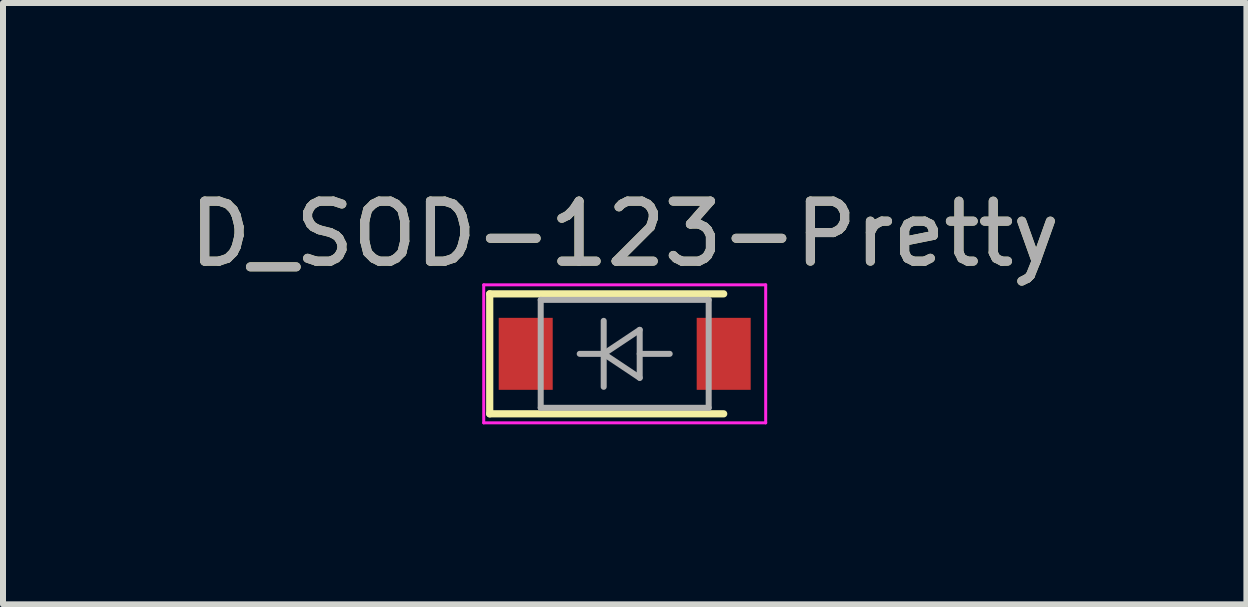
<source format=kicad_pcb>
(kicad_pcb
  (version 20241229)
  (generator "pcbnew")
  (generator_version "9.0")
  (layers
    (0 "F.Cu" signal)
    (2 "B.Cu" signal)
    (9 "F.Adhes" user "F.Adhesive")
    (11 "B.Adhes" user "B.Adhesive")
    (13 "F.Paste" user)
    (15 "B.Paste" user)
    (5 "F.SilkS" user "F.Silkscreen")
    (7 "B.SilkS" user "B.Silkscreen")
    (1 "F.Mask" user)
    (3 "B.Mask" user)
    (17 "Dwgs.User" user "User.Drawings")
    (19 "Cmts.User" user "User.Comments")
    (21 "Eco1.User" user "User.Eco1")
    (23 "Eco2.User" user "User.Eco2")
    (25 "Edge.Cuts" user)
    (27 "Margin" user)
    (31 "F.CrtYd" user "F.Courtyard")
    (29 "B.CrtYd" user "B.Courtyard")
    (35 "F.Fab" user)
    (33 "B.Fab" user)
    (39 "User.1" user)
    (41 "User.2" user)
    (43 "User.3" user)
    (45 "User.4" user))
  (footprint "D_SOD-123-Pretty"
    (layer "F.Cu")
    (at 7.363 2.848)
    (property "Reference" "D_SOD-123-Pretty" (at 0 -2 0) (layer "F.SilkS") (effects (font (size 1 1) (thickness 0.15))))
    (attr smd)
    (fp_line (start -2.25 -1) (end -2.25 1) (stroke (width 0.12) (type solid)) (layer "F.SilkS"))
    (fp_line (start -2.25 -1) (end 1.65 -1) (stroke (width 0.12) (type solid)) (layer "F.SilkS"))
    (fp_line (start -2.25 1) (end 1.65 1) (stroke (width 0.12) (type solid)) (layer "F.SilkS"))
    (fp_line (start -2.35 -1.15) (end -2.35 1.15) (stroke (width 0.05) (type solid)) (layer "F.CrtYd"))
    (fp_line (start -2.35 -1.15) (end 2.35 -1.15) (stroke (width 0.05) (type solid)) (layer "F.CrtYd"))
    (fp_line (start 2.35 -1.15) (end 2.35 1.15) (stroke (width 0.05) (type solid)) (layer "F.CrtYd"))
    (fp_line (start 2.35 1.15) (end -2.35 1.15) (stroke (width 0.05) (type solid)) (layer "F.CrtYd"))
    (fp_line (start -1.4 -0.9) (end 1.4 -0.9) (stroke (width 0.1) (type solid)) (layer "F.Fab"))
    (fp_line (start -1.4 0.9) (end -1.4 -0.9) (stroke (width 0.1) (type solid)) (layer "F.Fab"))
    (fp_line (start -0.75 0) (end -0.35 0) (stroke (width 0.1) (type solid)) (layer "F.Fab"))
    (fp_line (start -0.35 0) (end -0.35 -0.55) (stroke (width 0.1) (type solid)) (layer "F.Fab"))
    (fp_line (start -0.35 0) (end -0.35 0.55) (stroke (width 0.1) (type solid)) (layer "F.Fab"))
    (fp_line (start -0.35 0) (end 0.25 -0.4) (stroke (width 0.1) (type solid)) (layer "F.Fab"))
    (fp_line (start 0.25 -0.4) (end 0.25 0.4) (stroke (width 0.1) (type solid)) (layer "F.Fab"))
    (fp_line (start 0.25 0) (end 0.75 0) (stroke (width 0.1) (type solid)) (layer "F.Fab"))
    (fp_line (start 0.25 0.4) (end -0.35 0) (stroke (width 0.1) (type solid)) (layer "F.Fab"))
    (fp_line (start 1.4 -0.9) (end 1.4 0.9) (stroke (width 0.1) (type solid)) (layer "F.Fab"))
    (fp_line (start 1.4 0.9) (end -1.4 0.9) (stroke (width 0.1) (type solid)) (layer "F.Fab"))
    (fp_text user "${REFERENCE}" (at 0 -2 0) (layer "F.Fab") (effects (font (size 1 1) (thickness 0.15))))
    (pad "1" smd rect (at -1.65 0) (size 0.9 1.2) (layers "F.Cu" "F.Mask" "F.Paste"))
    (pad "2" smd rect (at 1.65 0) (size 0.9 1.2) (layers "F.Cu" "F.Mask" "F.Paste")))
  (gr_rect
    (start -3 -3)
    (end 17.726 7.023)
    (stroke (width 0.1) (type default))
    (fill no)
    (layer "Edge.Cuts")))
</source>
